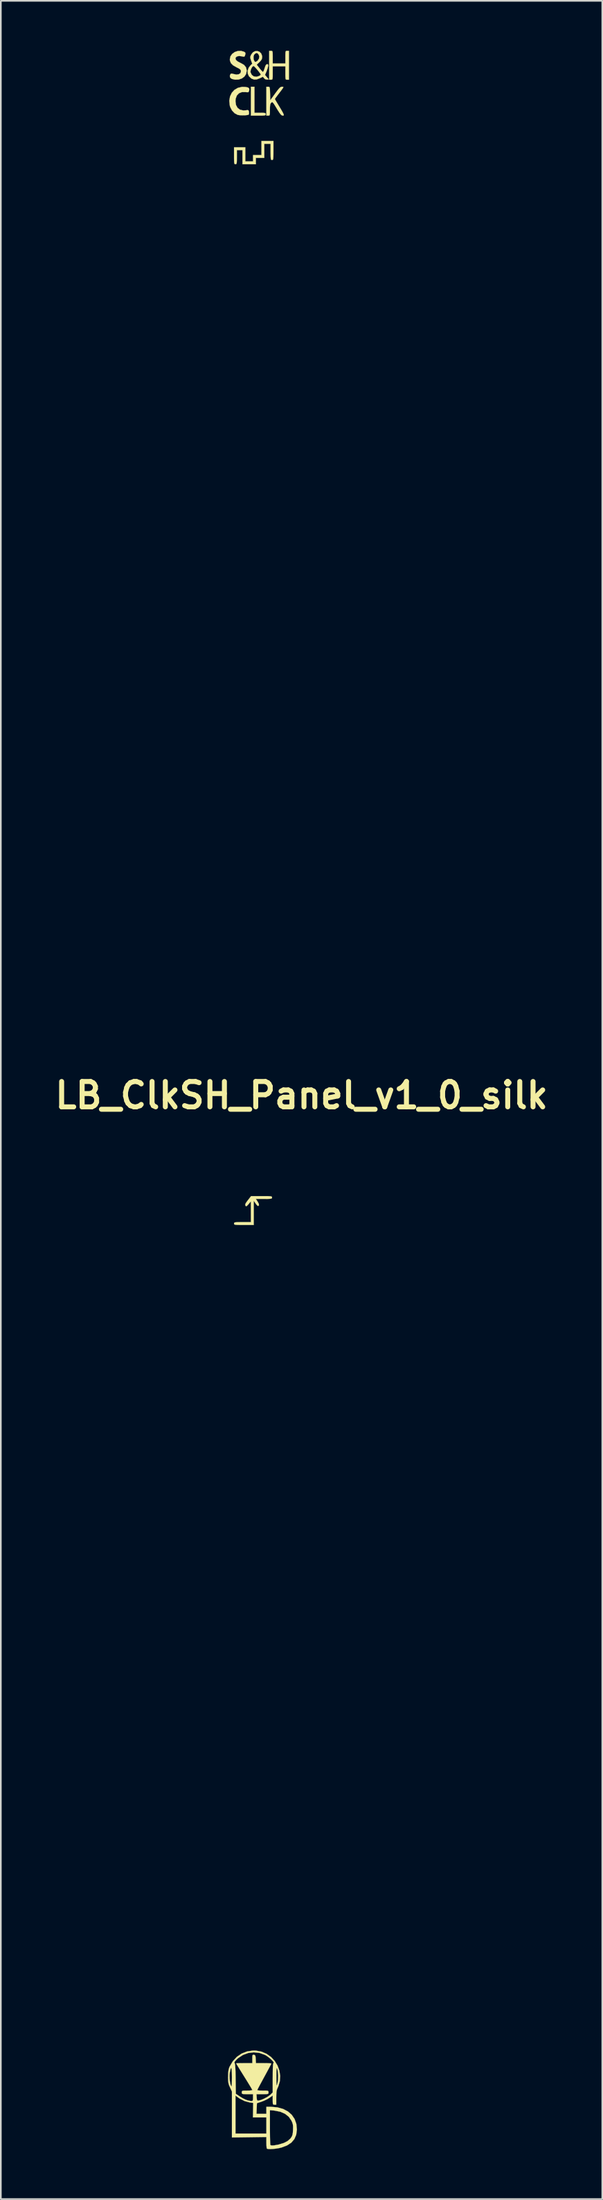
<source format=kicad_pcb>
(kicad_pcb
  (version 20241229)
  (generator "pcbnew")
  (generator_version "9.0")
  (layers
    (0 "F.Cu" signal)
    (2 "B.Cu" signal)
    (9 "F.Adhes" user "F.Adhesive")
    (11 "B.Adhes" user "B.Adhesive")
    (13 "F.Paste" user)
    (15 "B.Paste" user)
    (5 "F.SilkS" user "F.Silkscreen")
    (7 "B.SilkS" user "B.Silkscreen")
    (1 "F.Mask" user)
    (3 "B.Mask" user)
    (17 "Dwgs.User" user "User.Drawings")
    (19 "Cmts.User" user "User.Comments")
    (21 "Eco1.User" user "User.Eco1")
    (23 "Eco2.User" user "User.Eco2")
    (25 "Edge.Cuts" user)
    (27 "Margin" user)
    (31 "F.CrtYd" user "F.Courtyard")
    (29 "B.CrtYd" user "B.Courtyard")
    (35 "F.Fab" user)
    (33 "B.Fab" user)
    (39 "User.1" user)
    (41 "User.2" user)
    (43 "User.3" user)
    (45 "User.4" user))
  (footprint "LB_ClkSH_Panel_v1_0_silk"
    (layer "F.Cu")
    (at 15.102 62.785)
    (property "Reference" "LB_ClkSH_Panel_v1_0_silk" (at 0 0 0) (layer "F.SilkS") (effects (font (size 1.524 1.524) (thickness 0.3))))
    (attr through_hole)
    (fp_poly (pts (xy -2.836 -59.055) (xy -2.498 -59.055) (xy -2.329 -59.053) (xy -2.228 -59.045) (xy -2.177 -59.026) (xy -2.16 -58.993) (xy -2.159 -58.97) (xy -2.165 -58.933) (xy -2.191 -58.908) (xy -2.254 -58.894) (xy -2.368 -58.887) (xy -2.548 -58.886) (xy -2.603 -58.886) (xy -3.048 -58.886) (xy -3.048 -60.621) (xy -2.836 -60.621) (xy -2.836 -59.055)) (stroke (width 0.01) (type solid)) (fill yes) (layer "F.SilkS"))
    (fp_poly (pts (xy -1.791 -62.777) (xy -1.76 -62.757) (xy -1.744 -62.704) (xy -1.737 -62.601) (xy -1.736 -62.433) (xy -1.736 -62.399) (xy -1.736 -62.018) (xy -0.974 -62.018) (xy -0.974 -62.399) (xy -0.973 -62.58) (xy -0.967 -62.692) (xy -0.953 -62.752) (xy -0.924 -62.776) (xy -0.877 -62.78) (xy -0.868 -62.78) (xy -0.762 -62.78) (xy -0.762 -61.045) (xy -0.868 -61.045) (xy -0.917 -61.047) (xy -0.948 -61.066) (xy -0.965 -61.117) (xy -0.972 -61.216) (xy -0.974 -61.379) (xy -0.974 -61.447) (xy -0.974 -61.849) (xy -1.736 -61.849) (xy -1.736 -61.447) (xy -1.736 -61.261) (xy -1.741 -61.143) (xy -1.755 -61.078) (xy -1.781 -61.051) (xy -1.824 -61.045) (xy -1.841 -61.045) (xy -1.947 -61.045) (xy -1.947 -62.78) (xy -1.841 -62.78) (xy -1.791 -62.777)) (stroke (width 0.01) (type solid)) (fill yes) (layer "F.SilkS"))
    (fp_poly (pts (xy -3.394 -60.609) (xy -3.244 -60.582) (xy -3.165 -60.534) (xy -3.146 -60.454) (xy -3.157 -60.391) (xy -3.182 -60.319) (xy -3.225 -60.291) (xy -3.313 -60.294) (xy -3.368 -60.302) (xy -3.59 -60.301) (xy -3.768 -60.23) (xy -3.896 -60.095) (xy -3.967 -59.901) (xy -3.979 -59.754) (xy -3.947 -59.526) (xy -3.854 -59.353) (xy -3.706 -59.242) (xy -3.511 -59.197) (xy -3.367 -59.205) (xy -3.254 -59.219) (xy -3.198 -59.205) (xy -3.175 -59.151) (xy -3.166 -59.099) (xy -3.164 -59) (xy -3.184 -58.944) (xy -3.185 -58.943) (xy -3.265 -58.921) (xy -3.399 -58.907) (xy -3.558 -58.904) (xy -3.711 -58.91) (xy -3.828 -58.927) (xy -3.841 -58.93) (xy -4.03 -59.03) (xy -4.186 -59.194) (xy -4.295 -59.405) (xy -4.321 -59.497) (xy -4.349 -59.781) (xy -4.305 -60.038) (xy -4.199 -60.26) (xy -4.037 -60.436) (xy -3.829 -60.556) (xy -3.581 -60.613) (xy -3.394 -60.609)) (stroke (width 0.01) (type solid)) (fill yes) (layer "F.SilkS"))
    (fp_poly (pts (xy -1.693 -56.79) (xy -1.694 -56.561) (xy -1.697 -56.402) (xy -1.705 -56.302) (xy -1.72 -56.247) (xy -1.743 -56.224) (xy -1.776 -56.219) (xy -1.778 -56.219) (xy -1.814 -56.224) (xy -1.839 -56.249) (xy -1.853 -56.308) (xy -1.86 -56.416) (xy -1.862 -56.586) (xy -1.863 -56.706) (xy -1.863 -57.192) (xy -2.244 -57.192) (xy -2.244 -56.346) (xy -2.752 -56.346) (xy -2.752 -55.965) (xy -3.556 -55.965) (xy -3.556 -56.811) (xy -3.895 -56.811) (xy -3.895 -56.388) (xy -3.896 -56.195) (xy -3.901 -56.072) (xy -3.914 -56.003) (xy -3.938 -55.972) (xy -3.975 -55.965) (xy -3.979 -55.965) (xy -4.015 -55.97) (xy -4.039 -55.994) (xy -4.054 -56.052) (xy -4.061 -56.157) (xy -4.064 -56.323) (xy -4.064 -56.473) (xy -4.064 -56.981) (xy -3.387 -56.981) (xy -3.387 -56.134) (xy -2.921 -56.134) (xy -2.921 -56.515) (xy -2.413 -56.515) (xy -2.413 -57.362) (xy -1.693 -57.362) (xy -1.693 -56.79)) (stroke (width 0.01) (type solid)) (fill yes) (layer "F.SilkS"))
    (fp_poly (pts (xy -3.467 -62.726) (xy -3.394 -62.68) (xy -3.377 -62.619) (xy -3.393 -62.541) (xy -3.42 -62.459) (xy -3.459 -62.428) (xy -3.537 -62.436) (xy -3.601 -62.452) (xy -3.76 -62.47) (xy -3.887 -62.444) (xy -3.965 -62.379) (xy -3.979 -62.322) (xy -3.949 -62.232) (xy -3.852 -62.145) (xy -3.682 -62.054) (xy -3.648 -62.04) (xy -3.46 -61.93) (xy -3.348 -61.793) (xy -3.303 -61.618) (xy -3.302 -61.574) (xy -3.34 -61.385) (xy -3.444 -61.23) (xy -3.599 -61.117) (xy -3.793 -61.054) (xy -4.01 -61.048) (xy -4.202 -61.094) (xy -4.294 -61.165) (xy -4.319 -61.271) (xy -4.28 -61.378) (xy -4.239 -61.412) (xy -4.167 -61.408) (xy -4.09 -61.385) (xy -3.921 -61.353) (xy -3.78 -61.372) (xy -3.684 -61.436) (xy -3.658 -61.49) (xy -3.647 -61.576) (xy -3.673 -61.642) (xy -3.75 -61.705) (xy -3.891 -61.779) (xy -3.921 -61.794) (xy -4.125 -61.911) (xy -4.252 -62.04) (xy -4.311 -62.189) (xy -4.318 -62.272) (xy -4.28 -62.449) (xy -4.176 -62.596) (xy -4.024 -62.706) (xy -3.841 -62.769) (xy -3.644 -62.776) (xy -3.467 -62.726)) (stroke (width 0.01) (type solid)) (fill yes) (layer "F.SilkS"))
    (fp_poly (pts (xy -2.164 6.054) (xy -1.993 6.057) (xy -1.882 6.064) (xy -1.818 6.076) (xy -1.787 6.096) (xy -1.778 6.125) (xy -1.778 6.138) (xy -1.783 6.175) (xy -1.808 6.199) (xy -1.867 6.213) (xy -1.975 6.22) (xy -2.146 6.223) (xy -2.265 6.223) (xy -2.753 6.223) (xy -2.642 6.39) (xy -2.574 6.519) (xy -2.564 6.607) (xy -2.612 6.645) (xy -2.626 6.646) (xy -2.671 6.614) (xy -2.739 6.533) (xy -2.771 6.488) (xy -2.879 6.33) (xy -2.879 7.06) (xy -2.879 7.789) (xy -3.471 7.789) (xy -3.706 7.789) (xy -3.869 7.786) (xy -3.973 7.778) (xy -4.032 7.764) (xy -4.058 7.743) (xy -4.064 7.711) (xy -4.064 7.705) (xy -4.059 7.669) (xy -4.035 7.645) (xy -3.977 7.63) (xy -3.872 7.623) (xy -3.706 7.62) (xy -3.556 7.62) (xy -3.048 7.62) (xy -3.05 6.996) (xy -3.051 6.371) (xy -3.192 6.536) (xy -3.277 6.63) (xy -3.326 6.665) (xy -3.359 6.651) (xy -3.377 6.623) (xy -3.391 6.569) (xy -3.369 6.499) (xy -3.303 6.397) (xy -3.228 6.299) (xy -3.036 6.054) (xy -2.407 6.054) (xy -2.164 6.054)) (stroke (width 0.01) (type solid)) (fill yes) (layer "F.SilkS"))
    (fp_poly (pts (xy -1.964 -60.618) (xy -1.933 -60.598) (xy -1.915 -60.545) (xy -1.904 -60.443) (xy -1.898 -60.277) (xy -1.896 -60.214) (xy -1.884 -59.807) (xy -1.588 -60.214) (xy -1.456 -60.391) (xy -1.36 -60.509) (xy -1.289 -60.579) (xy -1.229 -60.613) (xy -1.172 -60.621) (xy -1.121 -60.619) (xy -1.097 -60.605) (xy -1.107 -60.566) (xy -1.155 -60.492) (xy -1.246 -60.371) (xy -1.33 -60.261) (xy -1.444 -60.113) (xy -1.535 -59.991) (xy -1.593 -59.91) (xy -1.609 -59.885) (xy -1.588 -59.845) (xy -1.531 -59.747) (xy -1.446 -59.605) (xy -1.34 -59.431) (xy -1.314 -59.388) (xy -1.191 -59.182) (xy -1.112 -59.037) (xy -1.073 -58.946) (xy -1.072 -58.901) (xy -1.084 -58.893) (xy -1.145 -58.888) (xy -1.201 -58.91) (xy -1.264 -58.969) (xy -1.344 -59.077) (xy -1.45 -59.244) (xy -1.5 -59.327) (xy -1.607 -59.503) (xy -1.682 -59.616) (xy -1.733 -59.677) (xy -1.77 -59.696) (xy -1.804 -59.682) (xy -1.826 -59.664) (xy -1.866 -59.612) (xy -1.891 -59.535) (xy -1.902 -59.411) (xy -1.905 -59.239) (xy -1.906 -59.067) (xy -1.912 -58.962) (xy -1.929 -58.908) (xy -1.962 -58.888) (xy -2.011 -58.886) (xy -2.117 -58.886) (xy -2.117 -60.621) (xy -2.012 -60.621) (xy -1.964 -60.618)) (stroke (width 0.01) (type solid)) (fill yes) (layer "F.SilkS"))
    (fp_poly (pts (xy -2.534 -62.723) (xy -2.432 -62.623) (xy -2.376 -62.474) (xy -2.371 -62.405) (xy -2.387 -62.295) (xy -2.448 -62.195) (xy -2.535 -62.103) (xy -2.699 -61.947) (xy -2.529 -61.729) (xy -2.437 -61.617) (xy -2.363 -61.538) (xy -2.324 -61.51) (xy -2.294 -61.547) (xy -2.253 -61.644) (xy -2.221 -61.743) (xy -2.172 -61.884) (xy -2.125 -61.957) (xy -2.072 -61.976) (xy -2.019 -61.963) (xy -2.007 -61.908) (xy -2.017 -61.838) (xy -2.05 -61.712) (xy -2.103 -61.562) (xy -2.122 -61.516) (xy -2.201 -61.331) (xy -2.089 -61.199) (xy -1.977 -61.066) (xy -2.077 -61.051) (xy -2.191 -61.075) (xy -2.252 -61.129) (xy -2.327 -61.222) (xy -2.511 -61.133) (xy -2.696 -61.063) (xy -2.849 -61.053) (xy -2.995 -61.104) (xy -3.03 -61.124) (xy -3.167 -61.252) (xy -3.238 -61.415) (xy -3.24 -61.522) (xy -3.077 -61.522) (xy -3.072 -61.487) (xy -2.997 -61.333) (xy -2.874 -61.242) (xy -2.717 -61.221) (xy -2.563 -61.263) (xy -2.485 -61.311) (xy -2.455 -61.351) (xy -2.481 -61.405) (xy -2.548 -61.499) (xy -2.638 -61.613) (xy -2.735 -61.725) (xy -2.821 -61.816) (xy -2.881 -61.866) (xy -2.892 -61.87) (xy -2.953 -61.833) (xy -3.013 -61.743) (xy -3.059 -61.629) (xy -3.077 -61.522) (xy -3.24 -61.522) (xy -3.242 -61.595) (xy -3.178 -61.772) (xy -3.092 -61.883) (xy -2.969 -62.006) (xy -3.039 -62.2) (xy -3.079 -62.323) (xy -3.086 -62.408) (xy -3.08 -62.429) (xy -2.896 -62.429) (xy -2.887 -62.28) (xy -2.877 -62.245) (xy -2.827 -62.138) (xy -2.766 -62.11) (xy -2.68 -62.158) (xy -2.638 -62.195) (xy -2.561 -62.314) (xy -2.544 -62.449) (xy -2.59 -62.568) (xy -2.607 -62.587) (xy -2.666 -62.641) (xy -2.712 -62.648) (xy -2.773 -62.626) (xy -2.856 -62.553) (xy -2.896 -62.429) (xy -3.08 -62.429) (xy -3.061 -62.493) (xy -3.036 -62.546) (xy -2.934 -62.684) (xy -2.804 -62.757) (xy -2.664 -62.769) (xy -2.534 -62.723)) (stroke (width 0.01) (type solid)) (fill yes) (layer "F.SilkS"))
    (fp_poly (pts (xy -2.744 57.414) (xy -2.407 57.477) (xy -2.102 57.609) (xy -1.837 57.798) (xy -1.617 58.035) (xy -1.449 58.31) (xy -1.337 58.611) (xy -1.288 58.929) (xy -1.309 59.253) (xy -1.405 59.573) (xy -1.444 59.657) (xy -1.484 59.757) (xy -1.509 59.881) (xy -1.521 60.05) (xy -1.524 60.239) (xy -1.524 60.664) (xy -1.63 60.664) (xy -1.687 60.659) (xy -1.718 60.632) (xy -1.732 60.564) (xy -1.736 60.435) (xy -1.736 60.386) (xy -1.736 60.108) (xy -1.927 60.245) (xy -2.071 60.333) (xy -2.254 60.42) (xy -2.403 60.478) (xy -2.688 60.574) (xy -2.701 60.894) (xy -2.713 61.214) (xy -2.117 61.214) (xy -2.117 60.791) (xy -1.85 60.791) (xy -1.46 60.823) (xy -1.117 60.917) (xy -0.826 61.067) (xy -0.592 61.271) (xy -0.42 61.523) (xy -0.315 61.82) (xy -0.282 62.157) (xy -0.282 62.166) (xy -0.323 62.471) (xy -0.434 62.729) (xy -0.616 62.942) (xy -0.87 63.109) (xy -1.195 63.232) (xy -1.349 63.27) (xy -1.535 63.302) (xy -1.723 63.322) (xy -1.892 63.33) (xy -2.021 63.323) (xy -2.088 63.303) (xy -2.088 63.302) (xy -2.102 63.249) (xy -2.112 63.134) (xy -2.116 62.979) (xy -2.117 62.939) (xy -2.117 62.603) (xy -3.154 62.618) (xy -4.191 62.632) (xy -4.191 62.399) (xy -3.979 62.399) (xy -2.117 62.399) (xy -2.117 62.027) (xy -1.905 62.027) (xy -1.904 62.315) (xy -1.901 62.574) (xy -1.896 62.793) (xy -1.89 62.96) (xy -1.883 63.063) (xy -1.877 63.091) (xy -1.797 63.116) (xy -1.645 63.108) (xy -1.424 63.069) (xy -1.364 63.055) (xy -1.07 62.966) (xy -0.847 62.853) (xy -0.68 62.707) (xy -0.648 62.668) (xy -0.585 62.573) (xy -0.547 62.477) (xy -0.525 62.35) (xy -0.514 62.179) (xy -0.51 61.996) (xy -0.521 61.863) (xy -0.553 61.748) (xy -0.61 61.621) (xy -0.769 61.389) (xy -0.993 61.211) (xy -1.28 61.086) (xy -1.627 61.017) (xy -1.662 61.013) (xy -1.905 60.991) (xy -1.905 62.027) (xy -2.117 62.027) (xy -2.117 61.426) (xy -2.926 61.426) (xy -2.918 60.992) (xy -2.91 60.558) (xy -3.128 60.526) (xy -3.426 60.445) (xy -3.724 60.294) (xy -3.842 60.212) (xy -3.979 60.109) (xy -3.979 62.399) (xy -4.191 62.399) (xy -4.191 61.251) (xy -4.191 59.87) (xy -4.307 59.621) (xy -4.364 59.49) (xy -4.399 59.372) (xy -4.416 59.24) (xy -4.421 59.065) (xy -4.421 58.97) (xy -4.418 58.879) (xy -4.335 58.879) (xy -4.335 59.052) (xy -4.32 59.226) (xy -4.295 59.383) (xy -4.261 59.501) (xy -4.221 59.56) (xy -4.21 59.563) (xy -4.203 59.523) (xy -4.197 59.414) (xy -4.193 59.251) (xy -4.191 59.049) (xy -4.191 58.983) (xy -4.195 58.727) (xy -4.205 58.553) (xy -4.222 58.462) (xy -4.246 58.454) (xy -4.276 58.529) (xy -4.312 58.688) (xy -4.32 58.728) (xy -4.335 58.879) (xy -4.418 58.879) (xy -4.414 58.746) (xy -4.395 58.581) (xy -4.359 58.449) (xy -4.33 58.378) (xy -4.187 58.135) (xy -4.047 58.135) (xy -4.033 58.159) (xy -4.014 58.198) (xy -3.999 58.293) (xy -3.987 58.45) (xy -3.978 58.677) (xy -3.971 58.979) (xy -3.97 59.099) (xy -3.958 60.008) (xy -3.693 60.185) (xy -3.535 60.28) (xy -3.375 60.358) (xy -3.249 60.403) (xy -3.086 60.437) (xy -2.988 60.445) (xy -2.94 60.417) (xy -2.923 60.345) (xy -2.921 60.24) (xy -2.921 60.029) (xy -3.26 60.029) (xy -3.428 60.028) (xy -3.528 60.021) (xy -3.579 60.002) (xy -3.596 59.967) (xy -3.598 59.923) (xy -3.594 59.869) (xy -3.571 59.837) (xy -3.509 59.822) (xy -3.392 59.817) (xy -3.281 59.817) (xy -3.129 59.813) (xy -3.017 59.801) (xy -2.965 59.785) (xy -2.963 59.782) (xy -2.985 59.737) (xy -3.045 59.632) (xy -3.138 59.477) (xy -3.256 59.284) (xy -3.394 59.062) (xy -3.45 58.972) (xy -3.593 58.744) (xy -3.719 58.541) (xy -3.822 58.374) (xy -3.896 58.253) (xy -3.934 58.189) (xy -3.937 58.182) (xy -3.897 58.175) (xy -3.79 58.17) (xy -3.631 58.167) (xy -3.45 58.166) (xy -2.963 58.166) (xy -2.963 57.909) (xy -2.961 57.768) (xy -2.95 57.692) (xy -2.922 57.664) (xy -2.87 57.665) (xy -2.868 57.666) (xy -2.813 57.683) (xy -2.782 57.729) (xy -2.766 57.826) (xy -2.76 57.923) (xy -2.747 58.166) (xy -2.284 58.166) (xy -2.097 58.168) (xy -1.946 58.174) (xy -1.849 58.182) (xy -1.82 58.191) (xy -1.84 58.234) (xy -1.894 58.34) (xy -1.978 58.497) (xy -2.084 58.694) (xy -2.207 58.92) (xy -2.244 58.987) (xy -2.37 59.22) (xy -2.482 59.427) (xy -2.572 59.597) (xy -2.636 59.719) (xy -2.665 59.782) (xy -2.667 59.788) (xy -2.628 59.801) (xy -2.524 59.812) (xy -2.376 59.817) (xy -2.328 59.817) (xy -2.16 59.818) (xy -2.06 59.825) (xy -2.009 59.843) (xy -1.992 59.878) (xy -1.99 59.923) (xy -1.993 59.974) (xy -2.014 60.005) (xy -2.069 60.021) (xy -2.176 60.028) (xy -2.35 60.029) (xy -2.714 60.029) (xy -2.701 60.23) (xy -2.69 60.351) (xy -2.667 60.407) (xy -2.62 60.421) (xy -2.582 60.417) (xy -2.431 60.377) (xy -2.247 60.298) (xy -2.063 60.199) (xy -1.912 60.094) (xy -1.873 60.06) (xy -1.736 59.927) (xy -1.736 59.05) (xy -1.735 58.984) (xy -1.519 58.984) (xy -1.519 58.992) (xy -1.517 59.224) (xy -1.514 59.381) (xy -1.509 59.47) (xy -1.5 59.502) (xy -1.485 59.483) (xy -1.464 59.424) (xy -1.454 59.394) (xy -1.413 59.179) (xy -1.407 58.906) (xy -1.408 58.885) (xy -1.422 58.718) (xy -1.445 58.576) (xy -1.47 58.487) (xy -1.473 58.483) (xy -1.492 58.466) (xy -1.506 58.499) (xy -1.514 58.59) (xy -1.518 58.749) (xy -1.519 58.984) (xy -1.735 58.984) (xy -1.734 58.737) (xy -1.73 58.5) (xy -1.722 58.331) (xy -1.711 58.223) (xy -1.695 58.166) (xy -1.683 58.154) (xy -1.678 58.118) (xy -1.727 58.047) (xy -1.816 57.954) (xy -1.93 57.853) (xy -2.055 57.758) (xy -2.175 57.682) (xy -2.207 57.666) (xy -2.537 57.55) (xy -2.876 57.514) (xy -3.21 57.555) (xy -3.526 57.671) (xy -3.813 57.859) (xy -3.922 57.96) (xy -4.017 58.069) (xy -4.047 58.135) (xy -4.187 58.135) (xy -4.138 58.052) (xy -3.894 57.788) (xy -3.604 57.59) (xy -3.277 57.463) (xy -2.922 57.411) (xy -2.744 57.414)) (stroke (width 0.01) (type solid)) (fill yes) (layer "F.SilkS")))
  (gr_rect
    (start -3 -3)
    (end 33.204 129.12)
    (stroke (width 0.1) (type default))
    (fill no)
    (layer "Edge.Cuts")))
</source>
